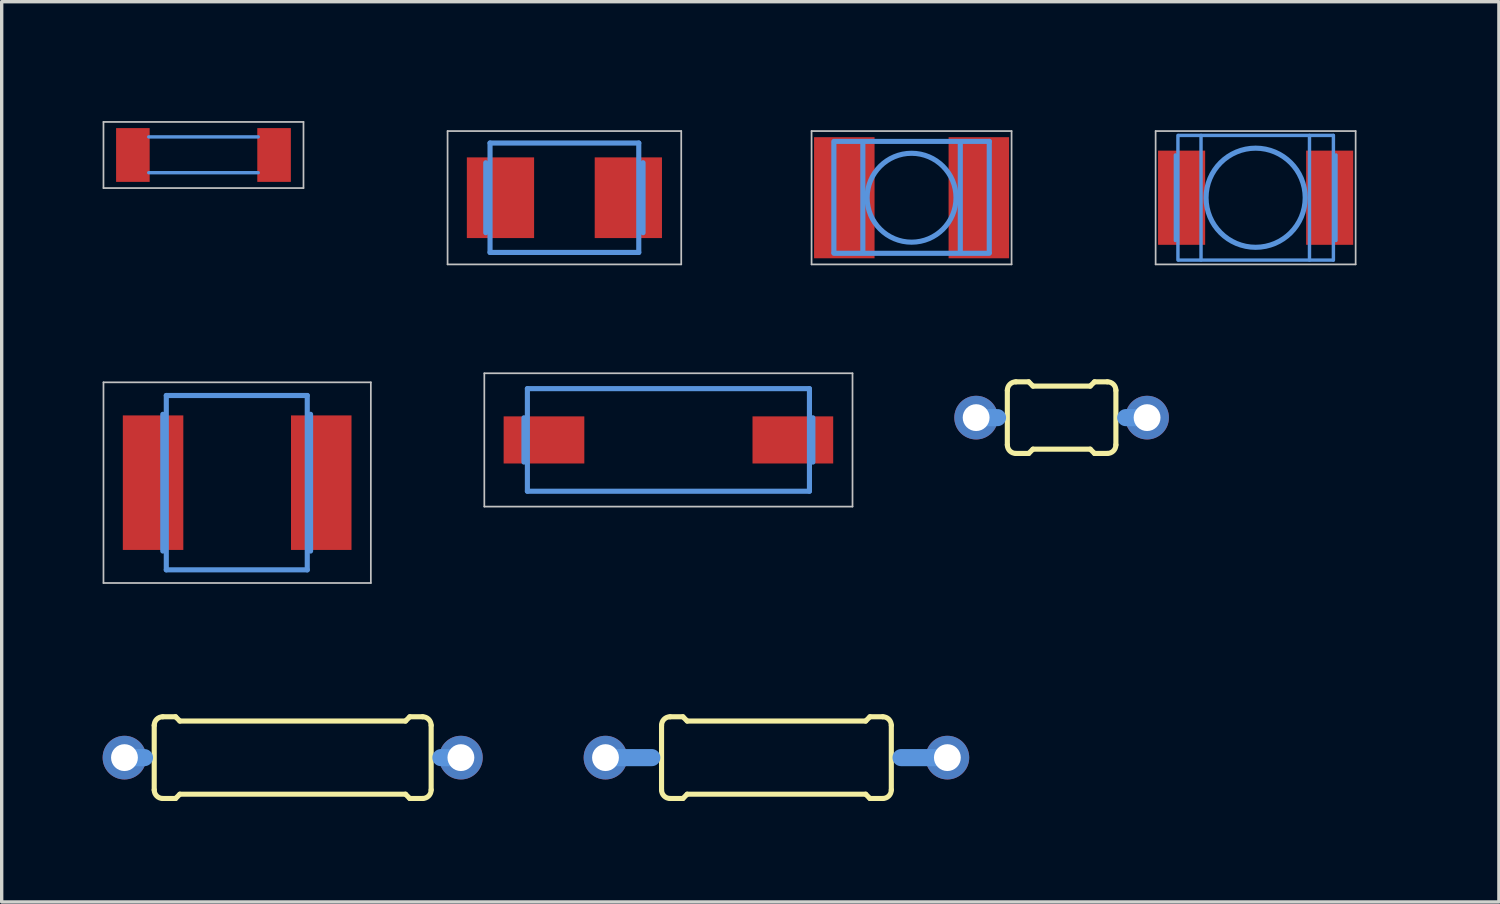
<source format=kicad_pcb>
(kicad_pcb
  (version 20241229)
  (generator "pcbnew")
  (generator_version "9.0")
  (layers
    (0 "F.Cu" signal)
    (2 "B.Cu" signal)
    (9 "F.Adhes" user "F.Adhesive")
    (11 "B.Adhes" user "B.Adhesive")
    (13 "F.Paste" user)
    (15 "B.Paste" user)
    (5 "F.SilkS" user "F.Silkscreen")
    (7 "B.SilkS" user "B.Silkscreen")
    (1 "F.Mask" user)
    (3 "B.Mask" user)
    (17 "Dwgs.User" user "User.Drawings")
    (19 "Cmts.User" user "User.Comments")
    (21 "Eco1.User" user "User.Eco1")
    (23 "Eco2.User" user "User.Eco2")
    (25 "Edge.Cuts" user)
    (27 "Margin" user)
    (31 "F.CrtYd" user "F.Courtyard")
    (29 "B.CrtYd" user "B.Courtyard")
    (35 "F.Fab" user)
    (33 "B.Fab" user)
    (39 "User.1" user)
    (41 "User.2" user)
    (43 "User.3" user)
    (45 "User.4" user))
  (footprint "L4532M"
    (layer "F.Cu")
    (at 13.723 2.826)
    (property "Reference" "L4532M" (at 0.635 -1.905 0) (layer "Eco1.User") (effects (font (size 1.27 1.27) (thickness 0.102))))
    (attr through_hole)
    (fp_line (start -3.472 -1.981) (end 3.472 -1.981) (stroke (width 0.051) (type solid)) (layer "Dwgs.User"))
    (fp_line (start -3.472 1.981) (end -3.472 -1.981) (stroke (width 0.051) (type solid)) (layer "Dwgs.User"))
    (fp_line (start 3.472 -1.981) (end 3.472 1.981) (stroke (width 0.051) (type solid)) (layer "Dwgs.User"))
    (fp_line (start 3.472 1.981) (end -3.472 1.981) (stroke (width 0.051) (type solid)) (layer "Dwgs.User"))
    (fp_line (start -2.337 -1.039) (end -2.337 1.039) (stroke (width 0.152) (type solid)) (layer "Cmts.User"))
    (fp_line (start -2.21 -1.626) (end -2.21 1.626) (stroke (width 0.152) (type solid)) (layer "Cmts.User"))
    (fp_line (start -2.21 1.626) (end 2.21 1.626) (stroke (width 0.152) (type solid)) (layer "Cmts.User"))
    (fp_line (start 2.21 -1.626) (end -2.21 -1.626) (stroke (width 0.152) (type solid)) (layer "Cmts.User"))
    (fp_line (start 2.21 -1.626) (end 2.21 1.626) (stroke (width 0.152) (type solid)) (layer "Cmts.User"))
    (fp_line (start 2.337 -1.039) (end 2.337 1.039) (stroke (width 0.152) (type solid)) (layer "Cmts.User"))
    (pad "1" smd rect (at -1.9 0) (size 1.999 2.398) (layers "F.Cu" "F.Mask" "F.Paste"))
    (pad "2" smd rect (at 1.9 0) (size 1.999 2.398) (layers "F.Cu" "F.Mask" "F.Paste")))
  (footprint "LAL03KH"
    (layer "F.Cu")
    (at 5.648 19.465)
    (property "Reference" "LAL03KH" (at -1.829 -1.41 0) (layer "Eco1.User") (effects (font (size 0.991 0.991) (thickness 0.099))))
    (attr through_hole)
    (fp_line (start -4.115 0.96) (end -4.115 -0.96) (stroke (width 0.152) (type solid)) (layer "F.SilkS"))
    (fp_line (start -3.861 -1.214) (end -3.48 -1.214) (stroke (width 0.152) (type solid)) (layer "F.SilkS"))
    (fp_line (start -3.861 1.214) (end -3.48 1.214) (stroke (width 0.152) (type solid)) (layer "F.SilkS"))
    (fp_line (start -3.353 -1.087) (end -3.48 -1.214) (stroke (width 0.152) (type solid)) (layer "F.SilkS"))
    (fp_line (start -3.353 1.087) (end -3.48 1.214) (stroke (width 0.152) (type solid)) (layer "F.SilkS"))
    (fp_line (start 3.353 -1.087) (end -3.353 -1.087) (stroke (width 0.152) (type solid)) (layer "F.SilkS"))
    (fp_line (start 3.353 -1.087) (end 3.48 -1.214) (stroke (width 0.152) (type solid)) (layer "F.SilkS"))
    (fp_line (start 3.353 1.087) (end -3.353 1.087) (stroke (width 0.152) (type solid)) (layer "F.SilkS"))
    (fp_line (start 3.353 1.087) (end 3.48 1.214) (stroke (width 0.152) (type solid)) (layer "F.SilkS"))
    (fp_line (start 3.861 -1.214) (end 3.48 -1.214) (stroke (width 0.152) (type solid)) (layer "F.SilkS"))
    (fp_line (start 3.861 1.214) (end 3.48 1.214) (stroke (width 0.152) (type solid)) (layer "F.SilkS"))
    (fp_line (start 4.115 0.96) (end 4.115 -0.96) (stroke (width 0.152) (type solid)) (layer "F.SilkS"))
    (fp_arc (start -4.1148 -0.96012) (mid -4.040405 -1.139725) (end -3.8608 -1.21412) (stroke (width 0.1524) (type solid)) (layer "F.SilkS"))
    (fp_arc (start -3.8608 1.21412) (mid -4.040405 1.139725) (end -4.1148 0.96012) (stroke (width 0.1524) (type solid)) (layer "F.SilkS"))
    (fp_arc (start 3.8608 -1.21412) (mid 4.040405 -1.139725) (end 4.1148 -0.96012) (stroke (width 0.1524) (type solid)) (layer "F.SilkS"))
    (fp_arc (start 4.1148 0.96012) (mid 4.040405 1.139725) (end 3.8608 1.21412) (stroke (width 0.1524) (type solid)) (layer "F.SilkS"))
    (fp_line (start -4.999 0) (end -4.404 0) (stroke (width 0.508) (type solid)) (layer "Cmts.User"))
    (fp_line (start 4.999 0) (end 4.404 0) (stroke (width 0.508) (type solid)) (layer "Cmts.User"))
    (pad "1" thru_hole oval (at -4.999 0) (size 1.298 1.298) (drill 0.798) (layers "*.Cu" "*.Mask"))
    (pad "2" thru_hole oval (at 4.999 0) (size 1.298 1.298) (drill 0.798) (layers "*.Cu" "*.Mask")))
  (footprint "L8530M"
    (layer "F.Cu")
    (at 16.814 10.024)
    (property "Reference" "L8530M" (at 0 -1.27 0) (layer "Eco1.User") (effects (font (size 1.27 1.27) (thickness 0.102))))
    (attr through_hole)
    (fp_line (start -5.471 -1.981) (end 5.471 -1.981) (stroke (width 0.051) (type solid)) (layer "Dwgs.User"))
    (fp_line (start -5.471 1.981) (end -5.471 -1.981) (stroke (width 0.051) (type solid)) (layer "Dwgs.User"))
    (fp_line (start 5.471 -1.981) (end 5.471 1.981) (stroke (width 0.051) (type solid)) (layer "Dwgs.User"))
    (fp_line (start 5.471 1.981) (end -5.471 1.981) (stroke (width 0.051) (type solid)) (layer "Dwgs.User"))
    (fp_line (start -4.293 0.658) (end -4.293 -0.658) (stroke (width 0.152) (type solid)) (layer "Cmts.User"))
    (fp_line (start -4.191 1.524) (end -4.191 -1.524) (stroke (width 0.152) (type solid)) (layer "Cmts.User"))
    (fp_line (start 4.191 -1.524) (end -4.191 -1.524) (stroke (width 0.152) (type solid)) (layer "Cmts.User"))
    (fp_line (start 4.191 1.524) (end -4.191 1.524) (stroke (width 0.152) (type solid)) (layer "Cmts.User"))
    (fp_line (start 4.191 1.524) (end 4.191 -1.524) (stroke (width 0.152) (type solid)) (layer "Cmts.User"))
    (fp_line (start 4.293 0.658) (end 4.293 -0.658) (stroke (width 0.152) (type solid)) (layer "Cmts.User"))
    (pad "1" smd rect (at -3.698 0) (size 2.398 1.4) (layers "F.Cu" "F.Mask" "F.Paste"))
    (pad "2" smd rect (at 3.698 0) (size 2.398 1.4) (layers "F.Cu" "F.Mask" "F.Paste")))
  (footprint "L4516C"
    (layer "F.Cu")
    (at 2.997 1.556)
    (property "Reference" "L4516C" (at 0.635 -0.635 0) (layer "Eco1.User") (effects (font (size 1.27 1.27) (thickness 0.102))))
    (attr through_hole)
    (fp_line (start -2.972 -0.983) (end 2.972 -0.983) (stroke (width 0.051) (type solid)) (layer "Dwgs.User"))
    (fp_line (start -2.972 0.983) (end -2.972 -0.983) (stroke (width 0.051) (type solid)) (layer "Dwgs.User"))
    (fp_line (start 2.972 -0.983) (end 2.972 0.983) (stroke (width 0.051) (type solid)) (layer "Dwgs.User"))
    (fp_line (start 2.972 0.983) (end -2.972 0.983) (stroke (width 0.051) (type solid)) (layer "Dwgs.User"))
    (fp_line (start -1.626 -0.538) (end 1.626 -0.538) (stroke (width 0.102) (type solid)) (layer "Cmts.User"))
    (fp_line (start -1.626 0.526) (end 1.626 0.526) (stroke (width 0.102) (type solid)) (layer "Cmts.User"))
    (pad "1" smd rect (at -2.098 0) (size 0.998 1.598) (layers "F.Cu" "F.Mask" "F.Paste"))
    (pad "2" smd rect (at 2.098 0) (size 0.998 1.598) (layers "F.Cu" "F.Mask" "F.Paste")))
  (footprint "L5038P"
    (layer "F.Cu")
    (at 34.265 2.826)
    (property "Reference" "L5038P" (at 0.635 -1.905 0) (layer "Eco1.User") (effects (font (size 1.27 1.27) (thickness 0.102))))
    (attr through_hole)
    (fp_line (start -2.972 -1.981) (end 2.972 -1.981) (stroke (width 0.051) (type solid)) (layer "Dwgs.User"))
    (fp_line (start -2.972 1.981) (end -2.972 -1.981) (stroke (width 0.051) (type solid)) (layer "Dwgs.User"))
    (fp_line (start 2.972 -1.981) (end 2.972 1.981) (stroke (width 0.051) (type solid)) (layer "Dwgs.User"))
    (fp_line (start 2.972 1.981) (end -2.972 1.981) (stroke (width 0.051) (type solid)) (layer "Dwgs.User"))
    (fp_line (start -2.385 1.27) (end -2.385 -1.27) (stroke (width 0.102) (type solid)) (layer "Cmts.User"))
    (fp_line (start -2.309 1.852) (end -2.309 -1.852) (stroke (width 0.102) (type solid)) (layer "Cmts.User"))
    (fp_line (start -2.286 -1.852) (end 2.309 -1.852) (stroke (width 0.102) (type solid)) (layer "Cmts.User"))
    (fp_line (start -2.286 1.854) (end 2.309 1.854) (stroke (width 0.102) (type solid)) (layer "Cmts.User"))
    (fp_line (start -1.623 1.852) (end -1.623 -1.852) (stroke (width 0.102) (type solid)) (layer "Cmts.User"))
    (fp_line (start 1.6 1.852) (end 1.6 -1.852) (stroke (width 0.102) (type solid)) (layer "Cmts.User"))
    (fp_line (start 2.311 1.852) (end 2.311 -1.852) (stroke (width 0.102) (type solid)) (layer "Cmts.User"))
    (fp_line (start 2.388 1.27) (end 2.388 -1.27) (stroke (width 0.102) (type solid)) (layer "Cmts.User"))
    (fp_circle (center 0 0) (end 1.473 0) (stroke (width 0.152) (type solid)) (fill no) (layer "Cmts.User"))
    (pad "1" smd rect (at -2.2 0) (size 1.4 2.799) (layers "F.Cu" "F.Mask" "F.Paste"))
    (pad "2" smd rect (at 2.2 0) (size 1.4 2.799) (layers "F.Cu" "F.Mask" "F.Paste")))
  (footprint "L5650M"
    (layer "F.Cu")
    (at 3.998 11.294)
    (property "Reference" "L5650M" (at 0.635 -2.54 0) (layer "Eco1.User") (effects (font (size 1.27 1.27) (thickness 0.102))))
    (attr through_hole)
    (fp_line (start -3.973 -2.982) (end 3.973 -2.982) (stroke (width 0.051) (type solid)) (layer "Dwgs.User"))
    (fp_line (start -3.973 2.982) (end -3.973 -2.982) (stroke (width 0.051) (type solid)) (layer "Dwgs.User"))
    (fp_line (start 3.973 -2.982) (end 3.973 2.982) (stroke (width 0.051) (type solid)) (layer "Dwgs.User"))
    (fp_line (start 3.973 2.982) (end -3.973 2.982) (stroke (width 0.051) (type solid)) (layer "Dwgs.User"))
    (fp_line (start -2.21 -2.032) (end -2.21 2.032) (stroke (width 0.152) (type solid)) (layer "Cmts.User"))
    (fp_line (start -2.106 -2.591) (end -2.106 2.591) (stroke (width 0.152) (type solid)) (layer "Cmts.User"))
    (fp_line (start -2.106 2.591) (end 2.083 2.591) (stroke (width 0.152) (type solid)) (layer "Cmts.User"))
    (fp_line (start 2.083 -2.591) (end -2.106 -2.591) (stroke (width 0.152) (type solid)) (layer "Cmts.User"))
    (fp_line (start 2.083 -2.591) (end 2.083 2.591) (stroke (width 0.152) (type solid)) (layer "Cmts.User"))
    (fp_line (start 2.182 -2.032) (end 2.182 2.032) (stroke (width 0.152) (type solid)) (layer "Cmts.User"))
    (pad "1" smd rect (at -2.499 0) (size 1.798 3.998) (layers "F.Cu" "F.Mask" "F.Paste"))
    (pad "2" smd rect (at 2.499 0) (size 1.798 3.998) (layers "F.Cu" "F.Mask" "F.Paste")))
  (footprint "LAL02"
    (layer "F.Cu")
    (at 28.499 9.361)
    (property "Reference" "LAL02" (at -0.559 -0.775 0) (layer "Eco1.User") (effects (font (size 0.991 0.991) (thickness 0.099))))
    (attr through_hole)
    (fp_line (start -1.613 0.81) (end -1.613 -0.81) (stroke (width 0.152) (type solid)) (layer "F.SilkS"))
    (fp_line (start -1.359 -1.064) (end -0.978 -1.064) (stroke (width 0.152) (type solid)) (layer "F.SilkS"))
    (fp_line (start -1.359 1.064) (end -0.978 1.064) (stroke (width 0.152) (type solid)) (layer "F.SilkS"))
    (fp_line (start -0.851 -0.937) (end -0.978 -1.064) (stroke (width 0.152) (type solid)) (layer "F.SilkS"))
    (fp_line (start -0.851 0.937) (end -0.978 1.064) (stroke (width 0.152) (type solid)) (layer "F.SilkS"))
    (fp_line (start 0.851 -0.937) (end -0.851 -0.937) (stroke (width 0.152) (type solid)) (layer "F.SilkS"))
    (fp_line (start 0.851 -0.937) (end 0.978 -1.064) (stroke (width 0.152) (type solid)) (layer "F.SilkS"))
    (fp_line (start 0.851 0.937) (end -0.851 0.937) (stroke (width 0.152) (type solid)) (layer "F.SilkS"))
    (fp_line (start 0.851 0.937) (end 0.978 1.064) (stroke (width 0.152) (type solid)) (layer "F.SilkS"))
    (fp_line (start 1.359 -1.064) (end 0.978 -1.064) (stroke (width 0.152) (type solid)) (layer "F.SilkS"))
    (fp_line (start 1.359 1.064) (end 0.978 1.064) (stroke (width 0.152) (type solid)) (layer "F.SilkS"))
    (fp_line (start 1.613 0.81) (end 1.613 -0.81) (stroke (width 0.152) (type solid)) (layer "F.SilkS"))
    (fp_arc (start -1.6129 -0.81026) (mid -1.538505 -0.989865) (end -1.3589 -1.06426) (stroke (width 0.1524) (type solid)) (layer "F.SilkS"))
    (fp_arc (start -1.3589 1.06426) (mid -1.538505 0.989865) (end -1.6129 0.81026) (stroke (width 0.1524) (type solid)) (layer "F.SilkS"))
    (fp_arc (start 1.3589 -1.06426) (mid 1.538505 -0.989865) (end 1.6129 -0.81026) (stroke (width 0.1524) (type solid)) (layer "F.SilkS"))
    (fp_arc (start 1.6129 0.81026) (mid 1.538505 0.989865) (end 1.3589 1.06426) (stroke (width 0.1524) (type solid)) (layer "F.SilkS"))
    (fp_line (start -2.54 0) (end -1.905 0) (stroke (width 0.508) (type solid)) (layer "Cmts.User"))
    (fp_line (start 2.54 0) (end 1.905 0) (stroke (width 0.508) (type solid)) (layer "Cmts.User"))
    (pad "1" thru_hole oval (at -2.54 0) (size 1.298 1.298) (drill 0.798) (layers "*.Cu" "*.Mask"))
    (pad "2" thru_hole oval (at 2.54 0) (size 1.298 1.298) (drill 0.798) (layers "*.Cu" "*.Mask")))
  (footprint "LAL03"
    (layer "F.Cu")
    (at 20.024 19.465)
    (property "Reference" "LAL03" (at -1.194 -1.41 0) (layer "Eco1.User") (effects (font (size 0.991 0.991) (thickness 0.099))))
    (attr through_hole)
    (fp_line (start -3.414 0.96) (end -3.414 -0.96) (stroke (width 0.152) (type solid)) (layer "F.SilkS"))
    (fp_line (start -3.16 -1.214) (end -2.779 -1.214) (stroke (width 0.152) (type solid)) (layer "F.SilkS"))
    (fp_line (start -3.16 1.214) (end -2.779 1.214) (stroke (width 0.152) (type solid)) (layer "F.SilkS"))
    (fp_line (start -2.652 -1.087) (end -2.779 -1.214) (stroke (width 0.152) (type solid)) (layer "F.SilkS"))
    (fp_line (start -2.652 1.087) (end -2.779 1.214) (stroke (width 0.152) (type solid)) (layer "F.SilkS"))
    (fp_line (start 2.652 -1.087) (end -2.652 -1.087) (stroke (width 0.152) (type solid)) (layer "F.SilkS"))
    (fp_line (start 2.652 -1.087) (end 2.779 -1.214) (stroke (width 0.152) (type solid)) (layer "F.SilkS"))
    (fp_line (start 2.652 1.087) (end -2.652 1.087) (stroke (width 0.152) (type solid)) (layer "F.SilkS"))
    (fp_line (start 2.652 1.087) (end 2.779 1.214) (stroke (width 0.152) (type solid)) (layer "F.SilkS"))
    (fp_line (start 3.16 -1.214) (end 2.779 -1.214) (stroke (width 0.152) (type solid)) (layer "F.SilkS"))
    (fp_line (start 3.16 1.214) (end 2.779 1.214) (stroke (width 0.152) (type solid)) (layer "F.SilkS"))
    (fp_line (start 3.414 0.96) (end 3.414 -0.96) (stroke (width 0.152) (type solid)) (layer "F.SilkS"))
    (fp_arc (start -3.41376 -0.96012) (mid -3.339365 -1.139725) (end -3.15976 -1.21412) (stroke (width 0.1524) (type solid)) (layer "F.SilkS"))
    (fp_arc (start -3.15976 1.21412) (mid -3.339365 1.139725) (end -3.41376 0.96012) (stroke (width 0.1524) (type solid)) (layer "F.SilkS"))
    (fp_arc (start 3.15976 -1.21412) (mid 3.339365 -1.139725) (end 3.41376 -0.96012) (stroke (width 0.1524) (type solid)) (layer "F.SilkS"))
    (fp_arc (start 3.41376 0.96012) (mid 3.339365 1.139725) (end 3.15976 1.21412) (stroke (width 0.1524) (type solid)) (layer "F.SilkS"))
    (fp_line (start -5.08 0) (end -3.703 0) (stroke (width 0.508) (type solid)) (layer "Cmts.User"))
    (fp_line (start 5.08 0) (end 3.703 0) (stroke (width 0.508) (type solid)) (layer "Cmts.User"))
    (pad "1" thru_hole oval (at -5.08 0) (size 1.298 1.298) (drill 0.798) (layers "*.Cu" "*.Mask"))
    (pad "2" thru_hole oval (at 5.08 0) (size 1.298 1.298) (drill 0.798) (layers "*.Cu" "*.Mask")))
  (footprint "L4532P"
    (layer "F.Cu")
    (at 24.04 2.826)
    (property "Reference" "L4532P" (at 0.635 -1.905 0) (layer "Eco1.User") (effects (font (size 1.27 1.27) (thickness 0.102))))
    (attr through_hole)
    (fp_line (start -2.972 -1.981) (end 2.972 -1.981) (stroke (width 0.051) (type solid)) (layer "Dwgs.User"))
    (fp_line (start -2.972 1.981) (end -2.972 -1.981) (stroke (width 0.051) (type solid)) (layer "Dwgs.User"))
    (fp_line (start 2.972 -1.981) (end 2.972 1.981) (stroke (width 0.051) (type solid)) (layer "Dwgs.User"))
    (fp_line (start 2.972 1.981) (end -2.972 1.981) (stroke (width 0.051) (type solid)) (layer "Dwgs.User"))
    (fp_line (start -2.309 -1.674) (end 2.309 -1.674) (stroke (width 0.152) (type solid)) (layer "Cmts.User"))
    (fp_line (start -2.309 -1.626) (end -2.309 1.626) (stroke (width 0.152) (type solid)) (layer "Cmts.User"))
    (fp_line (start -2.309 1.651) (end 2.309 1.651) (stroke (width 0.152) (type solid)) (layer "Cmts.User"))
    (fp_line (start -1.448 -1.651) (end -1.448 1.626) (stroke (width 0.152) (type solid)) (layer "Cmts.User"))
    (fp_line (start 1.448 -1.626) (end 1.448 1.626) (stroke (width 0.152) (type solid)) (layer "Cmts.User"))
    (fp_line (start 2.309 -1.674) (end 2.309 1.626) (stroke (width 0.152) (type solid)) (layer "Cmts.User"))
    (fp_circle (center 0 0) (end 1.321 0) (stroke (width 0.152) (type solid)) (fill no) (layer "Cmts.User"))
    (pad "1" smd rect (at -1.999 0) (size 1.798 3.599) (layers "F.Cu" "F.Mask" "F.Paste"))
    (pad "2" smd rect (at 1.999 0) (size 1.798 3.599) (layers "F.Cu" "F.Mask" "F.Paste")))
  (gr_rect
    (start -3 -3)
    (end 41.494 23.755)
    (stroke (width 0.1) (type default))
    (fill no)
    (layer "Edge.Cuts")))
</source>
